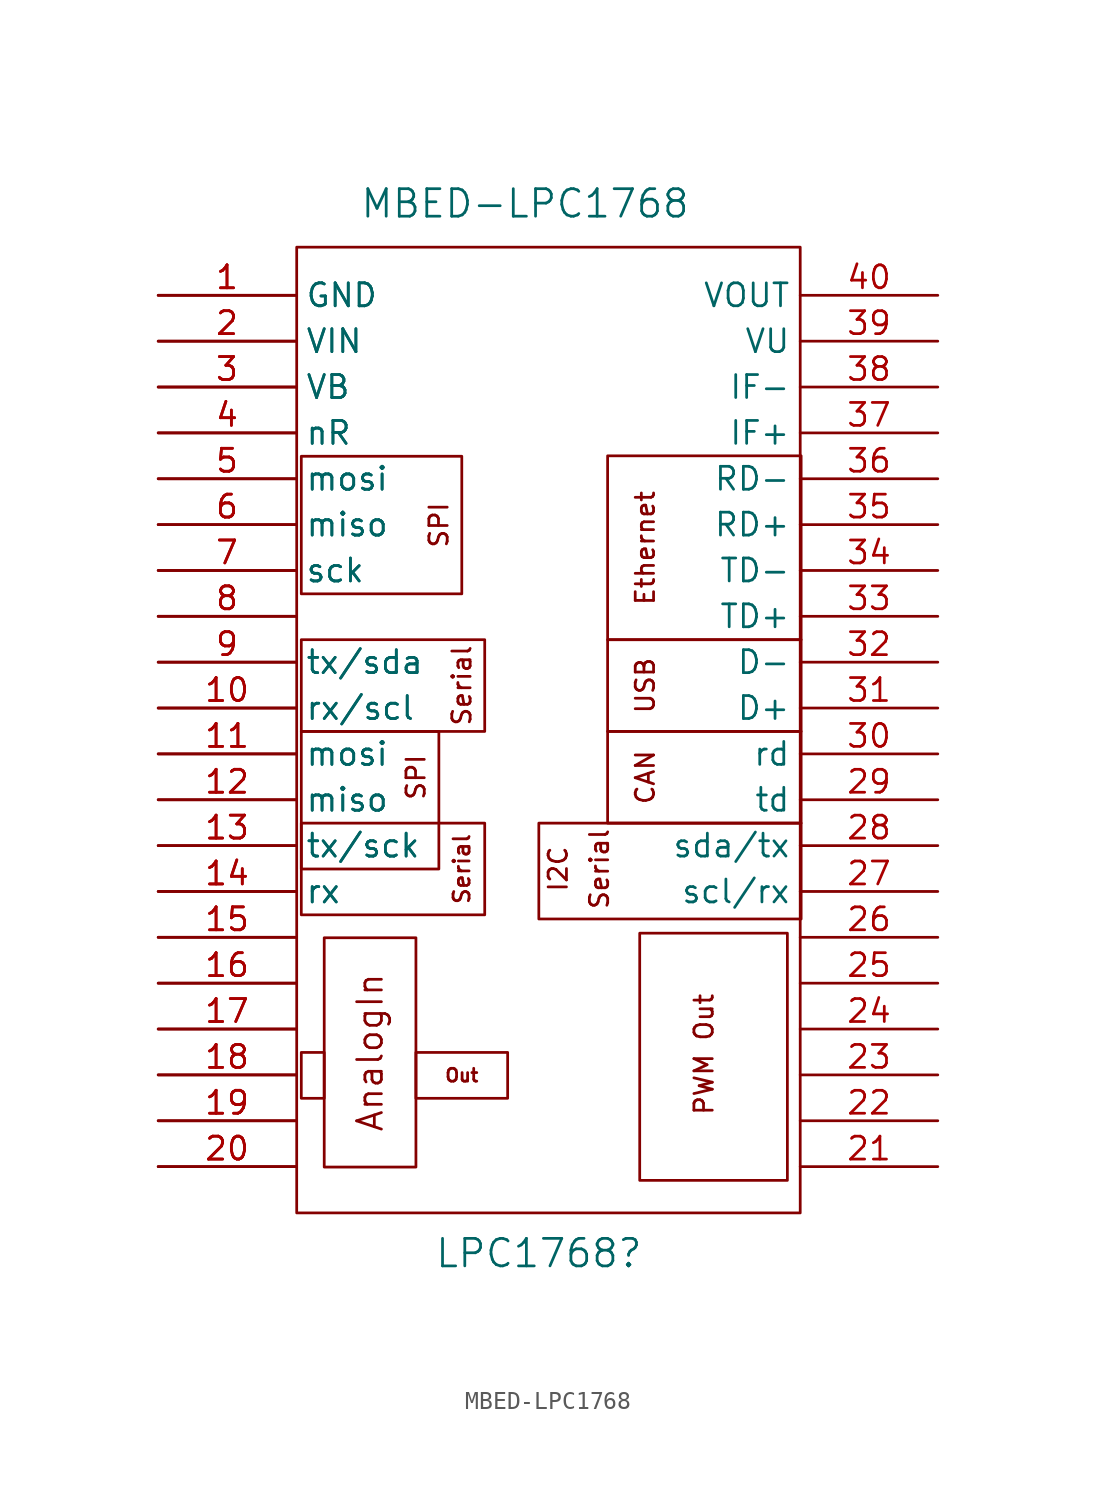
<source format=kicad_sym>
(kicad_symbol_lib
  (version 20231120)
  (generator "kicad_symbol_editor")
  (generator_version "8.0")
  (symbol "MBED-LPC1768"
    (property "Reference" "LPC1768"
      (at 21.082 -53.061 0)
      (effects (font (size 1.524 1.524))))
    (property "Value" "MBED-LPC1768"
      (at 20.32 5.08 0)
      (effects (font (size 1.524 1.524))))
    (symbol "MBED-LPC1768_0_0"
      (rectangle (start 7.925 -29.235) (end 18.085 -34.315) (stroke (width 0) (type solid)) (fill (type none)))
      (rectangle (start 7.925 -24.155) (end 15.545 -31.775) (stroke (width 0) (type solid)) (fill (type none)))
      (rectangle (start 7.925 -19.075) (end 18.085 -24.155) (stroke (width 0) (type solid)) (fill (type none)))
      (rectangle (start 7.925 -8.915) (end 16.815 -16.535) (stroke (width 0) (type solid)) (fill (type none)))
      (rectangle (start 9.195 -41.935) (end 7.925 -44.475) (stroke (width 0) (type solid)) (fill (type none)))
      (rectangle (start 9.195 -35.585) (end 14.275 -48.285) (stroke (width 0) (type solid)) (fill (type none)))
      (rectangle (start 14.275 -41.935) (end 19.355 -44.475) (stroke (width 0) (type solid)) (fill (type none)))
      (rectangle (start 34.849 -35.331) (end 26.67 -49.022) (stroke (width 0) (type solid)) (fill (type none)))
      (rectangle (start 35.611 -29.235) (end 21.082 -34.544) (stroke (width 0) (type solid)) (fill (type none)))
      (rectangle (start 35.611 -24.155) (end 24.892 -29.235) (stroke (width 0) (type solid)) (fill (type none)))
      (text "AnalogIn" (at 11.735 -41.935 900) (effects (font (size 1.372 1.372))))
      (text "CAN" (at 26.975 -26.695 900) (effects (font (size 1.016 1.016))))
      (text "Ethernet" (at 26.975 -13.995 900) (effects (font (size 1.016 1.016))))
      (text "I2C" (at 22.149 -31.775 900) (effects (font (size 1.016 1.016))))
      (text "Out" (at 16.815 -43.205 0) (effects (font (size 0.711 0.711))))
      (text "PWM Out" (at 30.226 -42.037 900) (effects (font (size 1.016 1.016))))
      (text "Serial" (at 16.815 -31.775 900) (effects (font (size 0.889 0.889))))
      (text "Serial" (at 16.815 -21.615 900) (effects (font (size 1.016 1.016))))
      (text "Serial" (at 24.435 -31.775 900) (effects (font (size 1.016 1.016))))
      (text "SPI" (at 14.275 -26.695 900) (effects (font (size 1.016 1.016))))
      (text "SPI" (at 15.545 -12.725 900) (effects (font (size 1.016 1.016))))
      (text "USB" (at 26.975 -21.615 900) (effects (font (size 1.016 1.016)))))
    (symbol "MBED-LPC1768_0_1"
      (rectangle (start 7.671 2.667) (end 35.56 -50.825) (stroke (width 0) (type solid)) (fill (type none)))
      (rectangle (start 35.611 -19.075) (end 24.892 -24.155) (stroke (width 0) (type solid)) (fill (type none)))
      (rectangle (start 35.611 -8.89) (end 24.892 -19.075) (stroke (width 0) (type solid)) (fill (type none))))
    (symbol "MBED-LPC1768_1_1"
      (pin power_out line (at 0 0 0) (length 7.62) (name "GND" (effects (font (size 1.27 1.27)))) (number "1" (effects (font (size 1.27 1.27)))))
      (pin power_out line (at 0 0 0) (length 7.62) (name "GND" (effects (font (size 1.27 1.27)))) (number "1" (effects (font (size 1.27 1.27)))))
      (pin input line (at 0 -22.86 0) (length 7.62) (name "rx/scl" (effects (font (size 1.27 1.27)))) (number "10" (effects (font (size 1.27 1.27)))))
      (pin input line (at 0 -22.86 0) (length 7.62) (name "rx/scl" (effects (font (size 1.27 1.27)))) (number "10" (effects (font (size 1.27 1.27)))))
      (pin output line (at 0 -25.4 0) (length 7.62) (name "mosi" (effects (font (size 1.27 1.27)))) (number "11" (effects (font (size 1.27 1.27)))))
      (pin output line (at 0 -25.4 0) (length 7.62) (name "mosi" (effects (font (size 1.27 1.27)))) (number "11" (effects (font (size 1.27 1.27)))))
      (pin input line (at 0 -27.94 0) (length 7.62) (name "miso" (effects (font (size 1.27 1.27)))) (number "12" (effects (font (size 1.27 1.27)))))
      (pin input line (at 0 -27.94 0) (length 7.62) (name "miso" (effects (font (size 1.27 1.27)))) (number "12" (effects (font (size 1.27 1.27)))))
      (pin output line (at 0 -30.48 0) (length 7.62) (name "tx/sck" (effects (font (size 1.27 1.27)))) (number "13" (effects (font (size 1.27 1.27)))))
      (pin output line (at 0 -30.48 0) (length 7.62) (name "tx/sck" (effects (font (size 1.27 1.27)))) (number "13" (effects (font (size 1.27 1.27)))))
      (pin input line (at 0 -33.02 0) (length 7.62) (name "rx" (effects (font (size 1.27 1.27)))) (number "14" (effects (font (size 1.27 1.27)))))
      (pin input line (at 0 -33.02 0) (length 7.62) (name "rx" (effects (font (size 1.27 1.27)))) (number "14" (effects (font (size 1.27 1.27)))))
      (pin input line (at 0 -35.56 0) (length 7.62) (name "~" (effects (font (size 1.27 1.27)))) (number "15" (effects (font (size 1.27 1.27)))))
      (pin input line (at 0 -35.56 0) (length 7.62) (name "~" (effects (font (size 1.27 1.27)))) (number "15" (effects (font (size 1.27 1.27)))))
      (pin input line (at 0 -38.1 0) (length 7.62) (name "~" (effects (font (size 1.27 1.27)))) (number "16" (effects (font (size 1.27 1.27)))))
      (pin input line (at 0 -38.1 0) (length 7.62) (name "~" (effects (font (size 1.27 1.27)))) (number "16" (effects (font (size 1.27 1.27)))))
      (pin input line (at 0 -40.64 0) (length 7.62) (name "~" (effects (font (size 1.27 1.27)))) (number "17" (effects (font (size 1.27 1.27)))))
      (pin input line (at 0 -40.64 0) (length 7.62) (name "~" (effects (font (size 1.27 1.27)))) (number "17" (effects (font (size 1.27 1.27)))))
      (pin input line (at 0 -43.18 0) (length 7.62) (name "~" (effects (font (size 1.27 1.27)))) (number "18" (effects (font (size 1.27 1.27)))))
      (pin input line (at 0 -43.18 0) (length 7.62) (name "~" (effects (font (size 1.27 1.27)))) (number "18" (effects (font (size 1.27 1.27)))))
      (pin input line (at 0 -45.72 0) (length 7.62) (name "~" (effects (font (size 1.27 1.27)))) (number "19" (effects (font (size 1.27 1.27)))))
      (pin input line (at 0 -45.72 0) (length 7.62) (name "~" (effects (font (size 1.27 1.27)))) (number "19" (effects (font (size 1.27 1.27)))))
      (pin power_in line (at 0 -2.54 0) (length 7.62) (name "VIN" (effects (font (size 1.27 1.27)))) (number "2" (effects (font (size 1.27 1.27)))))
      (pin power_in line (at 0 -2.54 0) (length 7.62) (name "VIN" (effects (font (size 1.27 1.27)))) (number "2" (effects (font (size 1.27 1.27)))))
      (pin input line (at 0 -48.26 0) (length 7.62) (name "~" (effects (font (size 1.27 1.27)))) (number "20" (effects (font (size 1.27 1.27)))))
      (pin input line (at 0 -48.26 0) (length 7.62) (name "~" (effects (font (size 1.27 1.27)))) (number "20" (effects (font (size 1.27 1.27)))))
      (pin output line (at 43.18 -48.26 180) (length 7.62) (name "~" (effects (font (size 1.27 1.27)))) (number "21" (effects (font (size 1.27 1.27)))))
      (pin output line (at 43.18 -45.72 180) (length 7.62) (name "~" (effects (font (size 1.27 1.27)))) (number "22" (effects (font (size 1.27 1.27)))))
      (pin output line (at 43.18 -43.18 180) (length 7.62) (name "~" (effects (font (size 1.27 1.27)))) (number "23" (effects (font (size 1.27 1.27)))))
      (pin output line (at 43.18 -40.64 180) (length 7.62) (name "~" (effects (font (size 1.27 1.27)))) (number "24" (effects (font (size 1.27 1.27)))))
      (pin output line (at 43.18 -38.1 180) (length 7.62) (name "~" (effects (font (size 1.27 1.27)))) (number "25" (effects (font (size 1.27 1.27)))))
      (pin output line (at 43.18 -35.56 180) (length 7.62) (name "~" (effects (font (size 1.27 1.27)))) (number "26" (effects (font (size 1.27 1.27)))))
      (pin input line (at 43.18 -33.02 180) (length 7.62) (name "scl/rx" (effects (font (size 1.27 1.27)))) (number "27" (effects (font (size 1.27 1.27)))))
      (pin output line (at 43.18 -30.48 180) (length 7.62) (name "sda/tx" (effects (font (size 1.27 1.27)))) (number "28" (effects (font (size 1.27 1.27)))))
      (pin output line (at 43.18 -27.94 180) (length 7.62) (name "td" (effects (font (size 1.27 1.27)))) (number "29" (effects (font (size 1.27 1.27)))))
      (pin power_out line (at 0 -5.08 0) (length 7.62) (name "VB" (effects (font (size 1.27 1.27)))) (number "3" (effects (font (size 1.27 1.27)))))
      (pin power_out line (at 0 -5.08 0) (length 7.62) (name "VB" (effects (font (size 1.27 1.27)))) (number "3" (effects (font (size 1.27 1.27)))))
      (pin input line (at 43.18 -25.4 180) (length 7.62) (name "rd" (effects (font (size 1.27 1.27)))) (number "30" (effects (font (size 1.27 1.27)))))
      (pin bidirectional line (at 43.18 -22.86 180) (length 7.62) (name "D+" (effects (font (size 1.27 1.27)))) (number "31" (effects (font (size 1.27 1.27)))))
      (pin bidirectional line (at 43.18 -20.32 180) (length 7.62) (name "D-" (effects (font (size 1.27 1.27)))) (number "32" (effects (font (size 1.27 1.27)))))
      (pin power_out line (at 43.18 -17.78 180) (length 7.62) (name "TD+" (effects (font (size 1.27 1.27)))) (number "33" (effects (font (size 1.27 1.27)))))
      (pin bidirectional line (at 43.18 -15.24 180) (length 7.62) (name "TD-" (effects (font (size 1.27 1.27)))) (number "34" (effects (font (size 1.27 1.27)))))
      (pin bidirectional line (at 43.18 -12.7 180) (length 7.62) (name "RD+" (effects (font (size 1.27 1.27)))) (number "35" (effects (font (size 1.27 1.27)))))
      (pin output line (at 43.18 -10.16 180) (length 7.62) (name "RD-" (effects (font (size 1.27 1.27)))) (number "36" (effects (font (size 1.27 1.27)))))
      (pin power_out line (at 43.18 -7.62 180) (length 7.62) (name "IF+" (effects (font (size 1.27 1.27)))) (number "37" (effects (font (size 1.27 1.27)))))
      (pin power_out line (at 43.18 -5.08 180) (length 7.62) (name "IF-" (effects (font (size 1.27 1.27)))) (number "38" (effects (font (size 1.27 1.27)))))
      (pin power_out line (at 43.18 -2.54 180) (length 7.62) (name "VU" (effects (font (size 1.27 1.27)))) (number "39" (effects (font (size 1.27 1.27)))))
      (pin input line (at 0 -7.62 0) (length 7.62) (name "nR" (effects (font (size 1.27 1.27)))) (number "4" (effects (font (size 1.27 1.27)))))
      (pin input line (at 0 -7.62 0) (length 7.62) (name "nR" (effects (font (size 1.27 1.27)))) (number "4" (effects (font (size 1.27 1.27)))))
      (pin power_out line (at 43.18 0 180) (length 7.62) (name "VOUT" (effects (font (size 1.27 1.27)))) (number "40" (effects (font (size 1.27 1.27)))))
      (pin bidirectional line (at 0 -10.16 0) (length 7.62) (name "mosi" (effects (font (size 1.27 1.27)))) (number "5" (effects (font (size 1.27 1.27)))))
      (pin bidirectional line (at 0 -10.16 0) (length 7.62) (name "mosi" (effects (font (size 1.27 1.27)))) (number "5" (effects (font (size 1.27 1.27)))))
      (pin bidirectional line (at 0 -12.7 0) (length 7.62) (name "miso" (effects (font (size 1.27 1.27)))) (number "6" (effects (font (size 1.27 1.27)))))
      (pin bidirectional line (at 0 -12.7 0) (length 7.62) (name "miso" (effects (font (size 1.27 1.27)))) (number "6" (effects (font (size 1.27 1.27)))))
      (pin bidirectional line (at 0 -15.24 0) (length 7.62) (name "sck" (effects (font (size 1.27 1.27)))) (number "7" (effects (font (size 1.27 1.27)))))
      (pin bidirectional line (at 0 -15.24 0) (length 7.62) (name "sck" (effects (font (size 1.27 1.27)))) (number "7" (effects (font (size 1.27 1.27)))))
      (pin bidirectional line (at 0 -17.78 0) (length 7.62) (name "~" (effects (font (size 1.27 1.27)))) (number "8" (effects (font (size 1.27 1.27)))))
      (pin bidirectional line (at 0 -17.78 0) (length 7.62) (name "~" (effects (font (size 1.27 1.27)))) (number "8" (effects (font (size 1.27 1.27)))))
      (pin output line (at 0 -20.32 0) (length 7.62) (name "tx/sda" (effects (font (size 1.27 1.27)))) (number "9" (effects (font (size 1.27 1.27)))))
      (pin output line (at 0 -20.32 0) (length 7.62) (name "tx/sda" (effects (font (size 1.27 1.27)))) (number "9" (effects (font (size 1.27 1.27))))))))
</source>
